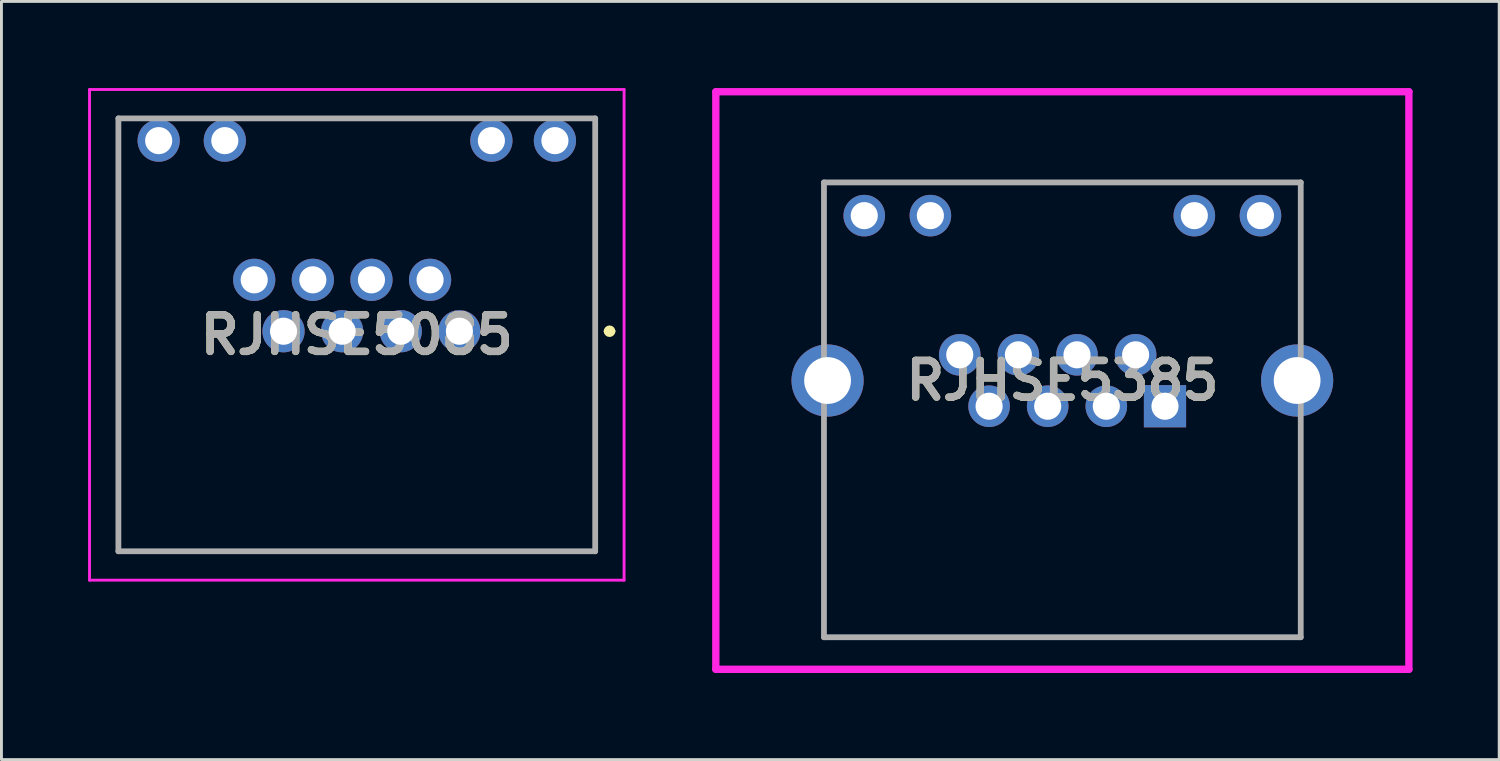
<source format=kicad_pcb>
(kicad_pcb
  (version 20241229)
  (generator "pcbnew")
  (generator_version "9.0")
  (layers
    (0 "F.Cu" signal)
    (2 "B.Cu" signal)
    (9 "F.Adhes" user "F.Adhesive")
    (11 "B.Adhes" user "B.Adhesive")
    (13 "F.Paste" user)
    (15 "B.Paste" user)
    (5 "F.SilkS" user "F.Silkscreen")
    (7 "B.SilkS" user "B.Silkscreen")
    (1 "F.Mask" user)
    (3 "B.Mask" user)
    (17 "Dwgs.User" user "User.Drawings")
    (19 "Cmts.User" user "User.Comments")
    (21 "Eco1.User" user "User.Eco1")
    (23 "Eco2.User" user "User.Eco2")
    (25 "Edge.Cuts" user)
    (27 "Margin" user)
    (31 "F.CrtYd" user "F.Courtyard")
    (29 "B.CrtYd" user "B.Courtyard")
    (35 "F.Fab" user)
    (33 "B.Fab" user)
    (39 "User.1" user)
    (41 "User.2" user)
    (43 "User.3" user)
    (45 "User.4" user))
  (footprint "RJHSE5085"
    (layer "F.Cu")
    (at 12.858 8.42)
    (property "Reference" "RJHSE5085" (at -3.553 0.125 0) (layer "F.SilkS") (effects (font (size 1.27 1.27) (thickness 0.254))))
    (attr through_hole)
    (fp_line (start -11.808 -7.37) (end -11.808 1) (stroke (width 0.1) (type solid)) (layer "F.SilkS"))
    (fp_line (start -11.808 4) (end -11.808 7.62) (stroke (width 0.1) (type solid)) (layer "F.SilkS"))
    (fp_line (start -11.808 7.62) (end 4.703 7.62) (stroke (width 0.1) (type solid)) (layer "F.SilkS"))
    (fp_line (start -7 -7.37) (end 0 -7.37) (stroke (width 0.1) (type solid)) (layer "F.SilkS"))
    (fp_line (start 4.703 -7.37) (end 4.703 1) (stroke (width 0.1) (type solid)) (layer "F.SilkS"))
    (fp_line (start 4.703 7.62) (end 4.703 4) (stroke (width 0.1) (type solid)) (layer "F.SilkS"))
    (fp_line (start 5.1 0) (end 5.1 0) (stroke (width 0.2) (type solid)) (layer "F.SilkS"))
    (fp_line (start 5.3 0) (end 5.3 0) (stroke (width 0.2) (type solid)) (layer "F.SilkS"))
    (fp_arc (start 5.1 0) (mid 5.2 -0.1) (end 5.3 0) (stroke (width 0.2) (type solid)) (layer "F.SilkS"))
    (fp_arc (start 5.3 0) (mid 5.2 0.1) (end 5.1 0) (stroke (width 0.2) (type solid)) (layer "F.SilkS"))
    (fp_line (start -12.808 -8.37) (end 5.703 -8.37) (stroke (width 0.1) (type solid)) (layer "F.CrtYd"))
    (fp_line (start -12.808 8.62) (end -12.808 -8.37) (stroke (width 0.1) (type solid)) (layer "F.CrtYd"))
    (fp_line (start 5.703 -8.37) (end 5.703 8.62) (stroke (width 0.1) (type solid)) (layer "F.CrtYd"))
    (fp_line (start 5.703 8.62) (end -12.808 8.62) (stroke (width 0.1) (type solid)) (layer "F.CrtYd"))
    (fp_line (start -11.808 -7.37) (end 4.703 -7.37) (stroke (width 0.2) (type solid)) (layer "F.Fab"))
    (fp_line (start -11.808 7.62) (end -11.808 -7.37) (stroke (width 0.2) (type solid)) (layer "F.Fab"))
    (fp_line (start 4.703 -7.37) (end 4.703 7.62) (stroke (width 0.2) (type solid)) (layer "F.Fab"))
    (fp_line (start 4.703 7.62) (end -11.808 7.62) (stroke (width 0.2) (type solid)) (layer "F.Fab"))
    (fp_text user "${REFERENCE}" (at -3.553 0.125 0) (layer "F.Fab") (effects (font (size 1.27 1.27) (thickness 0.254))))
    (pad "" np_thru_hole circle (at -9.902 2.54) (size 0.001 0.001) (drill 3.3) (layers "*.Cu" "*.Mask"))
    (pad "" np_thru_hole circle (at 2.797 2.54) (size 0.001 0.001) (drill 3.3) (layers "*.Cu" "*.Mask"))
    (pad "1" thru_hole circle (at 0 0) (size 1.462 1.462) (drill 0.94) (layers "*.Cu" "*.Mask"))
    (pad "2" thru_hole circle (at -1.015 -1.78) (size 1.462 1.462) (drill 0.94) (layers "*.Cu" "*.Mask"))
    (pad "3" thru_hole circle (at -2.03 0) (size 1.462 1.462) (drill 0.94) (layers "*.Cu" "*.Mask"))
    (pad "4" thru_hole circle (at -3.045 -1.78) (size 1.462 1.462) (drill 0.94) (layers "*.Cu" "*.Mask"))
    (pad "5" thru_hole circle (at -4.06 0) (size 1.462 1.462) (drill 0.94) (layers "*.Cu" "*.Mask"))
    (pad "6" thru_hole circle (at -5.075 -1.78) (size 1.462 1.462) (drill 0.94) (layers "*.Cu" "*.Mask"))
    (pad "7" thru_hole circle (at -6.09 0) (size 1.462 1.462) (drill 0.94) (layers "*.Cu" "*.Mask"))
    (pad "8" thru_hole circle (at -7.105 -1.78) (size 1.462 1.462) (drill 0.94) (layers "*.Cu" "*.Mask"))
    (pad "9" thru_hole circle (at 3.308 -6.6) (size 1.462 1.462) (drill 0.94) (layers "*.Cu" "*.Mask"))
    (pad "10" thru_hole circle (at 1.108 -6.6) (size 1.462 1.462) (drill 0.94) (layers "*.Cu" "*.Mask"))
    (pad "11" thru_hole circle (at -8.123 -6.6) (size 1.462 1.462) (drill 0.94) (layers "*.Cu" "*.Mask"))
    (pad "12" thru_hole circle (at -10.413 -6.6) (size 1.462 1.462) (drill 0.94) (layers "*.Cu" "*.Mask")))
  (footprint "RJHSE5385"
    (layer "F.Cu")
    (at 37.292 11.017)
    (property "Reference" "RJHSE5385" (at -3.554 -0.89 0) (layer "F.SilkS") (effects (font (size 1.27 1.27) (thickness 0.254))))
    (attr through_hole)
    (fp_line (start -11.809 -7.75) (end -11.809 -2.58) (stroke (width 0.1) (type solid)) (layer "F.SilkS"))
    (fp_line (start -11.809 -7.75) (end 4.701 -7.75) (stroke (width 0.1) (type solid)) (layer "F.SilkS"))
    (fp_line (start -11.809 8) (end -11.809 0.8) (stroke (width 0.1) (type solid)) (layer "F.SilkS"))
    (fp_line (start -11.809 8) (end 4.701 8) (stroke (width 0.1) (type solid)) (layer "F.SilkS"))
    (fp_line (start 4.701 -7.75) (end 4.701 -2.58) (stroke (width 0.1) (type solid)) (layer "F.SilkS"))
    (fp_line (start 4.701 8) (end 4.701 0.8) (stroke (width 0.1) (type solid)) (layer "F.SilkS"))
    (fp_line (start -15.554 -10.89) (end 8.446 -10.89) (stroke (width 0.254) (type solid)) (layer "F.CrtYd"))
    (fp_line (start -15.554 9.11) (end -15.554 -10.89) (stroke (width 0.254) (type solid)) (layer "F.CrtYd"))
    (fp_line (start 8.446 -10.89) (end 8.446 9.11) (stroke (width 0.254) (type solid)) (layer "F.CrtYd"))
    (fp_line (start 8.446 9.11) (end -15.554 9.11) (stroke (width 0.254) (type solid)) (layer "F.CrtYd"))
    (fp_line (start -11.809 -7.75) (end 4.701 -7.75) (stroke (width 0.2) (type solid)) (layer "F.Fab"))
    (fp_line (start -11.809 8) (end -11.809 -7.75) (stroke (width 0.2) (type solid)) (layer "F.Fab"))
    (fp_line (start 4.701 -7.75) (end 4.701 8) (stroke (width 0.2) (type solid)) (layer "F.Fab"))
    (fp_line (start 4.701 8) (end -11.809 8) (stroke (width 0.2) (type solid)) (layer "F.Fab"))
    (fp_text user "${REFERENCE}" (at -3.554 -0.89 0) (layer "F.Fab") (effects (font (size 1.27 1.27) (thickness 0.254))))
    (pad "" np_thru_hole circle (at -9.904 2.54) (size 0.001 0.001) (drill 3.3) (layers "*.Cu" "*.Mask"))
    (pad "" np_thru_hole circle (at 2.796 2.54) (size 0.001 0.001) (drill 3.3) (layers "*.Cu" "*.Mask"))
    (pad "1" thru_hole rect (at 0 0) (size 1.462 1.462) (drill 0.94) (layers "*.Cu" "*.Mask"))
    (pad "2" thru_hole circle (at -1.017 -1.78) (size 1.44 1.44) (drill 0.94) (layers "*.Cu" "*.Mask"))
    (pad "3" thru_hole circle (at -2.032 0) (size 1.44 1.44) (drill 0.94) (layers "*.Cu" "*.Mask"))
    (pad "4" thru_hole circle (at -3.047 -1.78) (size 1.44 1.44) (drill 0.94) (layers "*.Cu" "*.Mask"))
    (pad "5" thru_hole circle (at -4.062 0) (size 1.44 1.44) (drill 0.94) (layers "*.Cu" "*.Mask"))
    (pad "6" thru_hole circle (at -5.077 -1.78) (size 1.44 1.44) (drill 0.94) (layers "*.Cu" "*.Mask"))
    (pad "7" thru_hole circle (at -6.091 0) (size 1.44 1.44) (drill 0.94) (layers "*.Cu" "*.Mask"))
    (pad "8" thru_hole circle (at -7.107 -1.78) (size 1.44 1.44) (drill 0.94) (layers "*.Cu" "*.Mask"))
    (pad "9" thru_hole circle (at 3.306 -6.6) (size 1.44 1.44) (drill 0.94) (layers "*.Cu" "*.Mask"))
    (pad "10" thru_hole circle (at 1.016 -6.6) (size 1.44 1.44) (drill 0.94) (layers "*.Cu" "*.Mask"))
    (pad "11" thru_hole circle (at -8.124 -6.6) (size 1.44 1.44) (drill 0.94) (layers "*.Cu" "*.Mask"))
    (pad "12" thru_hole circle (at -10.414 -6.6) (size 1.44 1.44) (drill 0.94) (layers "*.Cu" "*.Mask"))
    (pad "13" thru_hole circle (at -11.684 -0.89) (size 2.5 2.5) (drill 1.62) (layers "*.Cu" "*.Mask"))
    (pad "14" thru_hole circle (at 4.576 -0.89) (size 2.5 2.5) (drill 1.62) (layers "*.Cu" "*.Mask")))
  (gr_rect
    (start -3 -3)
    (end 48.865 23.254)
    (stroke (width 0.1) (type default))
    (fill no)
    (layer "Edge.Cuts")))
</source>
